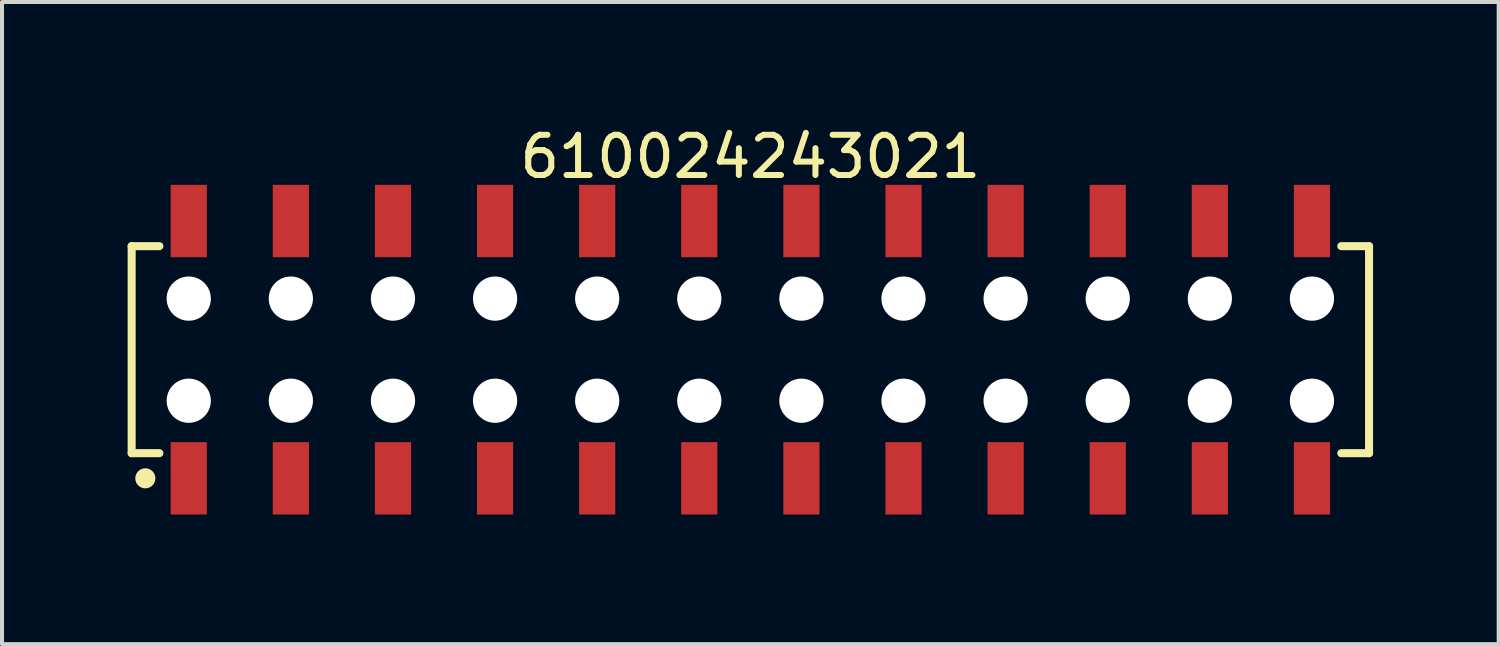
<source format=kicad_pcb>
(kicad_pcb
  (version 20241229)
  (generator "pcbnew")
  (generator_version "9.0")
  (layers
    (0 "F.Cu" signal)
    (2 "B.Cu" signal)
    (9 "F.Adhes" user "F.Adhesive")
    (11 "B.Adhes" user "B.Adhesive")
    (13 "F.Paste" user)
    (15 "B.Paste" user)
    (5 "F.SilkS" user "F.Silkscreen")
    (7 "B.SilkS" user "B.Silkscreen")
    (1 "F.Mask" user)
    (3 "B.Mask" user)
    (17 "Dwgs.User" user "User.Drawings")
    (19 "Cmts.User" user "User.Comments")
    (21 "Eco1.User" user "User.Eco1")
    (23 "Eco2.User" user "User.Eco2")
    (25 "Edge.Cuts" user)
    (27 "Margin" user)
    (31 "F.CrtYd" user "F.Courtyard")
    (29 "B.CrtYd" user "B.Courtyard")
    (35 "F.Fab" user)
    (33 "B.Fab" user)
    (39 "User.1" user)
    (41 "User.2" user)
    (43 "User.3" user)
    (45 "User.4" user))
  (footprint "610024243021"
    (layer "F.Cu")
    (at 15.615 5.648)
    (property "Reference" "610024243021" (at 0 -4.8 0) (layer "F.SilkS") (effects (font (size 1 1) (thickness 0.15))))
    (fp_line (start -15.39 -2.575) (end -14.7 -2.575) (stroke (width 0.2) (type solid)) (layer "F.SilkS"))
    (fp_line (start -15.39 2.575) (end -15.39 -2.575) (stroke (width 0.2) (type solid)) (layer "F.SilkS"))
    (fp_line (start -15.39 2.575) (end -14.7 2.575) (stroke (width 0.2) (type solid)) (layer "F.SilkS"))
    (fp_line (start 14.7 -2.575) (end 15.39 -2.575) (stroke (width 0.2) (type solid)) (layer "F.SilkS"))
    (fp_line (start 14.7 2.575) (end 15.39 2.575) (stroke (width 0.2) (type solid)) (layer "F.SilkS"))
    (fp_line (start 15.39 2.575) (end 15.39 -2.575) (stroke (width 0.2) (type solid)) (layer "F.SilkS"))
    (fp_circle (center -15.05 3.2) (end -15.05 3.075) (stroke (width 0.25) (type solid)) (fill no) (layer "F.SilkS"))
    (fp_line (start -15.59 -4.3) (end 15.59 -4.3) (stroke (width 0.05) (type solid)) (layer "Eco2.User"))
    (fp_line (start -15.59 4.3) (end -15.59 -4.3) (stroke (width 0.05) (type solid)) (layer "Eco2.User"))
    (fp_line (start -15.59 4.3) (end 15.59 4.3) (stroke (width 0.05) (type solid)) (layer "Eco2.User"))
    (fp_line (start -15.24 -2.5) (end 15.24 -2.5) (stroke (width 0.1) (type solid)) (layer "Eco2.User"))
    (fp_line (start -15.24 2.5) (end -15.24 -2.5) (stroke (width 0.1) (type solid)) (layer "Eco2.User"))
    (fp_line (start -15.24 2.5) (end 15.24 2.5) (stroke (width 0.1) (type solid)) (layer "Eco2.User"))
    (fp_line (start -14.22 -3.6) (end -13.72 -3.6) (stroke (width 0.1) (type solid)) (layer "Eco2.User"))
    (fp_line (start -14.22 -2.5) (end -14.22 -3.6) (stroke (width 0.1) (type solid)) (layer "Eco2.User"))
    (fp_line (start -14.22 3.6) (end -14.22 2.5) (stroke (width 0.1) (type solid)) (layer "Eco2.User"))
    (fp_line (start -14.22 3.6) (end -13.72 3.6) (stroke (width 0.1) (type solid)) (layer "Eco2.User"))
    (fp_line (start -13.72 -2.5) (end -13.72 -3.6) (stroke (width 0.1) (type solid)) (layer "Eco2.User"))
    (fp_line (start -13.72 3.6) (end -13.72 2.5) (stroke (width 0.1) (type solid)) (layer "Eco2.User"))
    (fp_line (start -11.68 -3.6) (end -11.18 -3.6) (stroke (width 0.1) (type solid)) (layer "Eco2.User"))
    (fp_line (start -11.68 -2.5) (end -11.68 -3.6) (stroke (width 0.1) (type solid)) (layer "Eco2.User"))
    (fp_line (start -11.68 3.6) (end -11.68 2.5) (stroke (width 0.1) (type solid)) (layer "Eco2.User"))
    (fp_line (start -11.68 3.6) (end -11.18 3.6) (stroke (width 0.1) (type solid)) (layer "Eco2.User"))
    (fp_line (start -11.18 -2.5) (end -11.18 -3.6) (stroke (width 0.1) (type solid)) (layer "Eco2.User"))
    (fp_line (start -11.18 3.6) (end -11.18 2.5) (stroke (width 0.1) (type solid)) (layer "Eco2.User"))
    (fp_line (start -9.14 -3.6) (end -8.64 -3.6) (stroke (width 0.1) (type solid)) (layer "Eco2.User"))
    (fp_line (start -9.14 -2.5) (end -9.14 -3.6) (stroke (width 0.1) (type solid)) (layer "Eco2.User"))
    (fp_line (start -9.14 3.6) (end -9.14 2.5) (stroke (width 0.1) (type solid)) (layer "Eco2.User"))
    (fp_line (start -9.14 3.6) (end -8.64 3.6) (stroke (width 0.1) (type solid)) (layer "Eco2.User"))
    (fp_line (start -8.64 -2.5) (end -8.64 -3.6) (stroke (width 0.1) (type solid)) (layer "Eco2.User"))
    (fp_line (start -8.64 3.6) (end -8.64 2.5) (stroke (width 0.1) (type solid)) (layer "Eco2.User"))
    (fp_line (start -6.6 -3.6) (end -6.1 -3.6) (stroke (width 0.1) (type solid)) (layer "Eco2.User"))
    (fp_line (start -6.6 -2.5) (end -6.6 -3.6) (stroke (width 0.1) (type solid)) (layer "Eco2.User"))
    (fp_line (start -6.6 3.6) (end -6.6 2.5) (stroke (width 0.1) (type solid)) (layer "Eco2.User"))
    (fp_line (start -6.6 3.6) (end -6.1 3.6) (stroke (width 0.1) (type solid)) (layer "Eco2.User"))
    (fp_line (start -6.1 -2.5) (end -6.1 -3.6) (stroke (width 0.1) (type solid)) (layer "Eco2.User"))
    (fp_line (start -6.1 3.6) (end -6.1 2.5) (stroke (width 0.1) (type solid)) (layer "Eco2.User"))
    (fp_line (start -4.06 -3.6) (end -3.56 -3.6) (stroke (width 0.1) (type solid)) (layer "Eco2.User"))
    (fp_line (start -4.06 -2.5) (end -4.06 -3.6) (stroke (width 0.1) (type solid)) (layer "Eco2.User"))
    (fp_line (start -4.06 3.6) (end -4.06 2.5) (stroke (width 0.1) (type solid)) (layer "Eco2.User"))
    (fp_line (start -4.06 3.6) (end -3.56 3.6) (stroke (width 0.1) (type solid)) (layer "Eco2.User"))
    (fp_line (start -3.56 -2.5) (end -3.56 -3.6) (stroke (width 0.1) (type solid)) (layer "Eco2.User"))
    (fp_line (start -3.56 3.6) (end -3.56 2.5) (stroke (width 0.1) (type solid)) (layer "Eco2.User"))
    (fp_line (start -1.52 -3.6) (end -1.02 -3.6) (stroke (width 0.1) (type solid)) (layer "Eco2.User"))
    (fp_line (start -1.52 -2.5) (end -1.52 -3.6) (stroke (width 0.1) (type solid)) (layer "Eco2.User"))
    (fp_line (start -1.52 3.6) (end -1.52 2.5) (stroke (width 0.1) (type solid)) (layer "Eco2.User"))
    (fp_line (start -1.52 3.6) (end -1.02 3.6) (stroke (width 0.1) (type solid)) (layer "Eco2.User"))
    (fp_line (start -1.02 -2.5) (end -1.02 -3.6) (stroke (width 0.1) (type solid)) (layer "Eco2.User"))
    (fp_line (start -1.02 3.6) (end -1.02 2.5) (stroke (width 0.1) (type solid)) (layer "Eco2.User"))
    (fp_line (start -0.5 0) (end 0.5 0) (stroke (width 0.05) (type solid)) (layer "Eco2.User"))
    (fp_line (start 0 0.5) (end 0 -0.5) (stroke (width 0.05) (type solid)) (layer "Eco2.User"))
    (fp_line (start 1.02 -3.6) (end 1.52 -3.6) (stroke (width 0.1) (type solid)) (layer "Eco2.User"))
    (fp_line (start 1.02 -2.5) (end 1.02 -3.6) (stroke (width 0.1) (type solid)) (layer "Eco2.User"))
    (fp_line (start 1.02 3.6) (end 1.02 2.5) (stroke (width 0.1) (type solid)) (layer "Eco2.User"))
    (fp_line (start 1.02 3.6) (end 1.52 3.6) (stroke (width 0.1) (type solid)) (layer "Eco2.User"))
    (fp_line (start 1.52 -2.5) (end 1.52 -3.6) (stroke (width 0.1) (type solid)) (layer "Eco2.User"))
    (fp_line (start 1.52 3.6) (end 1.52 2.5) (stroke (width 0.1) (type solid)) (layer "Eco2.User"))
    (fp_line (start 3.56 -3.6) (end 4.06 -3.6) (stroke (width 0.1) (type solid)) (layer "Eco2.User"))
    (fp_line (start 3.56 -2.5) (end 3.56 -3.6) (stroke (width 0.1) (type solid)) (layer "Eco2.User"))
    (fp_line (start 3.56 3.6) (end 3.56 2.5) (stroke (width 0.1) (type solid)) (layer "Eco2.User"))
    (fp_line (start 3.56 3.6) (end 4.06 3.6) (stroke (width 0.1) (type solid)) (layer "Eco2.User"))
    (fp_line (start 4.06 -2.5) (end 4.06 -3.6) (stroke (width 0.1) (type solid)) (layer "Eco2.User"))
    (fp_line (start 4.06 3.6) (end 4.06 2.5) (stroke (width 0.1) (type solid)) (layer "Eco2.User"))
    (fp_line (start 6.1 -3.6) (end 6.6 -3.6) (stroke (width 0.1) (type solid)) (layer "Eco2.User"))
    (fp_line (start 6.1 -2.5) (end 6.1 -3.6) (stroke (width 0.1) (type solid)) (layer "Eco2.User"))
    (fp_line (start 6.1 3.6) (end 6.1 2.5) (stroke (width 0.1) (type solid)) (layer "Eco2.User"))
    (fp_line (start 6.1 3.6) (end 6.6 3.6) (stroke (width 0.1) (type solid)) (layer "Eco2.User"))
    (fp_line (start 6.6 -2.5) (end 6.6 -3.6) (stroke (width 0.1) (type solid)) (layer "Eco2.User"))
    (fp_line (start 6.6 3.6) (end 6.6 2.5) (stroke (width 0.1) (type solid)) (layer "Eco2.User"))
    (fp_line (start 8.64 -3.6) (end 9.14 -3.6) (stroke (width 0.1) (type solid)) (layer "Eco2.User"))
    (fp_line (start 8.64 -2.5) (end 8.64 -3.6) (stroke (width 0.1) (type solid)) (layer "Eco2.User"))
    (fp_line (start 8.64 3.6) (end 8.64 2.5) (stroke (width 0.1) (type solid)) (layer "Eco2.User"))
    (fp_line (start 8.64 3.6) (end 9.14 3.6) (stroke (width 0.1) (type solid)) (layer "Eco2.User"))
    (fp_line (start 9.14 -2.5) (end 9.14 -3.6) (stroke (width 0.1) (type solid)) (layer "Eco2.User"))
    (fp_line (start 9.14 3.6) (end 9.14 2.5) (stroke (width 0.1) (type solid)) (layer "Eco2.User"))
    (fp_line (start 11.18 -3.6) (end 11.68 -3.6) (stroke (width 0.1) (type solid)) (layer "Eco2.User"))
    (fp_line (start 11.18 -2.5) (end 11.18 -3.6) (stroke (width 0.1) (type solid)) (layer "Eco2.User"))
    (fp_line (start 11.18 3.6) (end 11.18 2.5) (stroke (width 0.1) (type solid)) (layer "Eco2.User"))
    (fp_line (start 11.18 3.6) (end 11.68 3.6) (stroke (width 0.1) (type solid)) (layer "Eco2.User"))
    (fp_line (start 11.68 -2.5) (end 11.68 -3.6) (stroke (width 0.1) (type solid)) (layer "Eco2.User"))
    (fp_line (start 11.68 3.6) (end 11.68 2.5) (stroke (width 0.1) (type solid)) (layer "Eco2.User"))
    (fp_line (start 13.72 -3.6) (end 14.22 -3.6) (stroke (width 0.1) (type solid)) (layer "Eco2.User"))
    (fp_line (start 13.72 -2.5) (end 13.72 -3.6) (stroke (width 0.1) (type solid)) (layer "Eco2.User"))
    (fp_line (start 13.72 3.6) (end 13.72 2.5) (stroke (width 0.1) (type solid)) (layer "Eco2.User"))
    (fp_line (start 13.72 3.6) (end 14.22 3.6) (stroke (width 0.1) (type solid)) (layer "Eco2.User"))
    (fp_line (start 14.22 -2.5) (end 14.22 -3.6) (stroke (width 0.1) (type solid)) (layer "Eco2.User"))
    (fp_line (start 14.22 3.6) (end 14.22 2.5) (stroke (width 0.1) (type solid)) (layer "Eco2.User"))
    (fp_line (start 15.24 2.5) (end 15.24 -2.5) (stroke (width 0.1) (type solid)) (layer "Eco2.User"))
    (fp_line (start 15.59 4.3) (end 15.59 -4.3) (stroke (width 0.05) (type solid)) (layer "Eco2.User"))
    (fp_text user "${REFERENCE}" (at 0.15 -0.197 0) (unlocked yes) (layer "User.3") (effects (font (size 1.5 1.5) (thickness 0.15))))
    (pad "" np_thru_hole circle (at -13.97 -1.27) (size 1.1 1.1) (drill 1.1) (layers "*.Cu" "*.Mask"))
    (pad "" np_thru_hole circle (at -13.97 1.27) (size 1.1 1.1) (drill 1.1) (layers "*.Cu" "*.Mask"))
    (pad "" np_thru_hole circle (at -11.43 -1.27) (size 1.1 1.1) (drill 1.1) (layers "*.Cu" "*.Mask"))
    (pad "" np_thru_hole circle (at -11.43 1.27) (size 1.1 1.1) (drill 1.1) (layers "*.Cu" "*.Mask"))
    (pad "" np_thru_hole circle (at -8.89 -1.27) (size 1.1 1.1) (drill 1.1) (layers "*.Cu" "*.Mask"))
    (pad "" np_thru_hole circle (at -8.89 1.27) (size 1.1 1.1) (drill 1.1) (layers "*.Cu" "*.Mask"))
    (pad "" np_thru_hole circle (at -6.35 -1.27) (size 1.1 1.1) (drill 1.1) (layers "*.Cu" "*.Mask"))
    (pad "" np_thru_hole circle (at -6.35 1.27) (size 1.1 1.1) (drill 1.1) (layers "*.Cu" "*.Mask"))
    (pad "" np_thru_hole circle (at -3.81 -1.27) (size 1.1 1.1) (drill 1.1) (layers "*.Cu" "*.Mask"))
    (pad "" np_thru_hole circle (at -3.81 1.27) (size 1.1 1.1) (drill 1.1) (layers "*.Cu" "*.Mask"))
    (pad "" np_thru_hole circle (at -1.27 -1.27) (size 1.1 1.1) (drill 1.1) (layers "*.Cu" "*.Mask"))
    (pad "" np_thru_hole circle (at -1.27 1.27) (size 1.1 1.1) (drill 1.1) (layers "*.Cu" "*.Mask"))
    (pad "" np_thru_hole circle (at 1.27 -1.27) (size 1.1 1.1) (drill 1.1) (layers "*.Cu" "*.Mask"))
    (pad "" np_thru_hole circle (at 1.27 1.27) (size 1.1 1.1) (drill 1.1) (layers "*.Cu" "*.Mask"))
    (pad "" np_thru_hole circle (at 3.81 -1.27) (size 1.1 1.1) (drill 1.1) (layers "*.Cu" "*.Mask"))
    (pad "" np_thru_hole circle (at 3.81 1.27) (size 1.1 1.1) (drill 1.1) (layers "*.Cu" "*.Mask"))
    (pad "" np_thru_hole circle (at 6.35 -1.27) (size 1.1 1.1) (drill 1.1) (layers "*.Cu" "*.Mask"))
    (pad "" np_thru_hole circle (at 6.35 1.27) (size 1.1 1.1) (drill 1.1) (layers "*.Cu" "*.Mask"))
    (pad "" np_thru_hole circle (at 8.89 -1.27) (size 1.1 1.1) (drill 1.1) (layers "*.Cu" "*.Mask"))
    (pad "" np_thru_hole circle (at 8.89 1.27) (size 1.1 1.1) (drill 1.1) (layers "*.Cu" "*.Mask"))
    (pad "" np_thru_hole circle (at 11.43 -1.27) (size 1.1 1.1) (drill 1.1) (layers "*.Cu" "*.Mask"))
    (pad "" np_thru_hole circle (at 11.43 1.27) (size 1.1 1.1) (drill 1.1) (layers "*.Cu" "*.Mask"))
    (pad "" np_thru_hole circle (at 13.97 -1.27) (size 1.1 1.1) (drill 1.1) (layers "*.Cu" "*.Mask"))
    (pad "" np_thru_hole circle (at 13.97 1.27) (size 1.1 1.1) (drill 1.1) (layers "*.Cu" "*.Mask"))
    (pad "1" smd rect (at -13.97 3.2) (size 0.9 1.8) (layers "F.Cu" "F.Mask" "F.Paste"))
    (pad "2" smd rect (at -13.97 -3.2) (size 0.9 1.8) (layers "F.Cu" "F.Mask" "F.Paste"))
    (pad "3" smd rect (at -11.43 3.2) (size 0.9 1.8) (layers "F.Cu" "F.Mask" "F.Paste"))
    (pad "4" smd rect (at -11.43 -3.2) (size 0.9 1.8) (layers "F.Cu" "F.Mask" "F.Paste"))
    (pad "5" smd rect (at -8.89 3.2) (size 0.9 1.8) (layers "F.Cu" "F.Mask" "F.Paste"))
    (pad "6" smd rect (at -8.89 -3.2) (size 0.9 1.8) (layers "F.Cu" "F.Mask" "F.Paste"))
    (pad "7" smd rect (at -6.35 3.2) (size 0.9 1.8) (layers "F.Cu" "F.Mask" "F.Paste"))
    (pad "8" smd rect (at -6.35 -3.2) (size 0.9 1.8) (layers "F.Cu" "F.Mask" "F.Paste"))
    (pad "9" smd rect (at -3.81 3.2) (size 0.9 1.8) (layers "F.Cu" "F.Mask" "F.Paste"))
    (pad "10" smd rect (at -3.81 -3.2) (size 0.9 1.8) (layers "F.Cu" "F.Mask" "F.Paste"))
    (pad "11" smd rect (at -1.27 3.2) (size 0.9 1.8) (layers "F.Cu" "F.Mask" "F.Paste"))
    (pad "12" smd rect (at -1.27 -3.2) (size 0.9 1.8) (layers "F.Cu" "F.Mask" "F.Paste"))
    (pad "13" smd rect (at 1.27 3.2) (size 0.9 1.8) (layers "F.Cu" "F.Mask" "F.Paste"))
    (pad "14" smd rect (at 1.27 -3.2) (size 0.9 1.8) (layers "F.Cu" "F.Mask" "F.Paste"))
    (pad "15" smd rect (at 3.81 3.2) (size 0.9 1.8) (layers "F.Cu" "F.Mask" "F.Paste"))
    (pad "16" smd rect (at 3.81 -3.2) (size 0.9 1.8) (layers "F.Cu" "F.Mask" "F.Paste"))
    (pad "17" smd rect (at 6.35 3.2) (size 0.9 1.8) (layers "F.Cu" "F.Mask" "F.Paste"))
    (pad "18" smd rect (at 6.35 -3.2) (size 0.9 1.8) (layers "F.Cu" "F.Mask" "F.Paste"))
    (pad "19" smd rect (at 8.89 3.2) (size 0.9 1.8) (layers "F.Cu" "F.Mask" "F.Paste"))
    (pad "20" smd rect (at 8.89 -3.2) (size 0.9 1.8) (layers "F.Cu" "F.Mask" "F.Paste"))
    (pad "21" smd rect (at 11.43 3.2) (size 0.9 1.8) (layers "F.Cu" "F.Mask" "F.Paste"))
    (pad "22" smd rect (at 11.43 -3.2) (size 0.9 1.8) (layers "F.Cu" "F.Mask" "F.Paste"))
    (pad "23" smd rect (at 13.97 3.2) (size 0.9 1.8) (layers "F.Cu" "F.Mask" "F.Paste"))
    (pad "24" smd rect (at 13.97 -3.2) (size 0.9 1.8) (layers "F.Cu" "F.Mask" "F.Paste")))
  (gr_rect
    (start -3 -3)
    (end 34.23 12.973)
    (stroke (width 0.1) (type default))
    (fill no)
    (layer "Edge.Cuts")))
</source>
